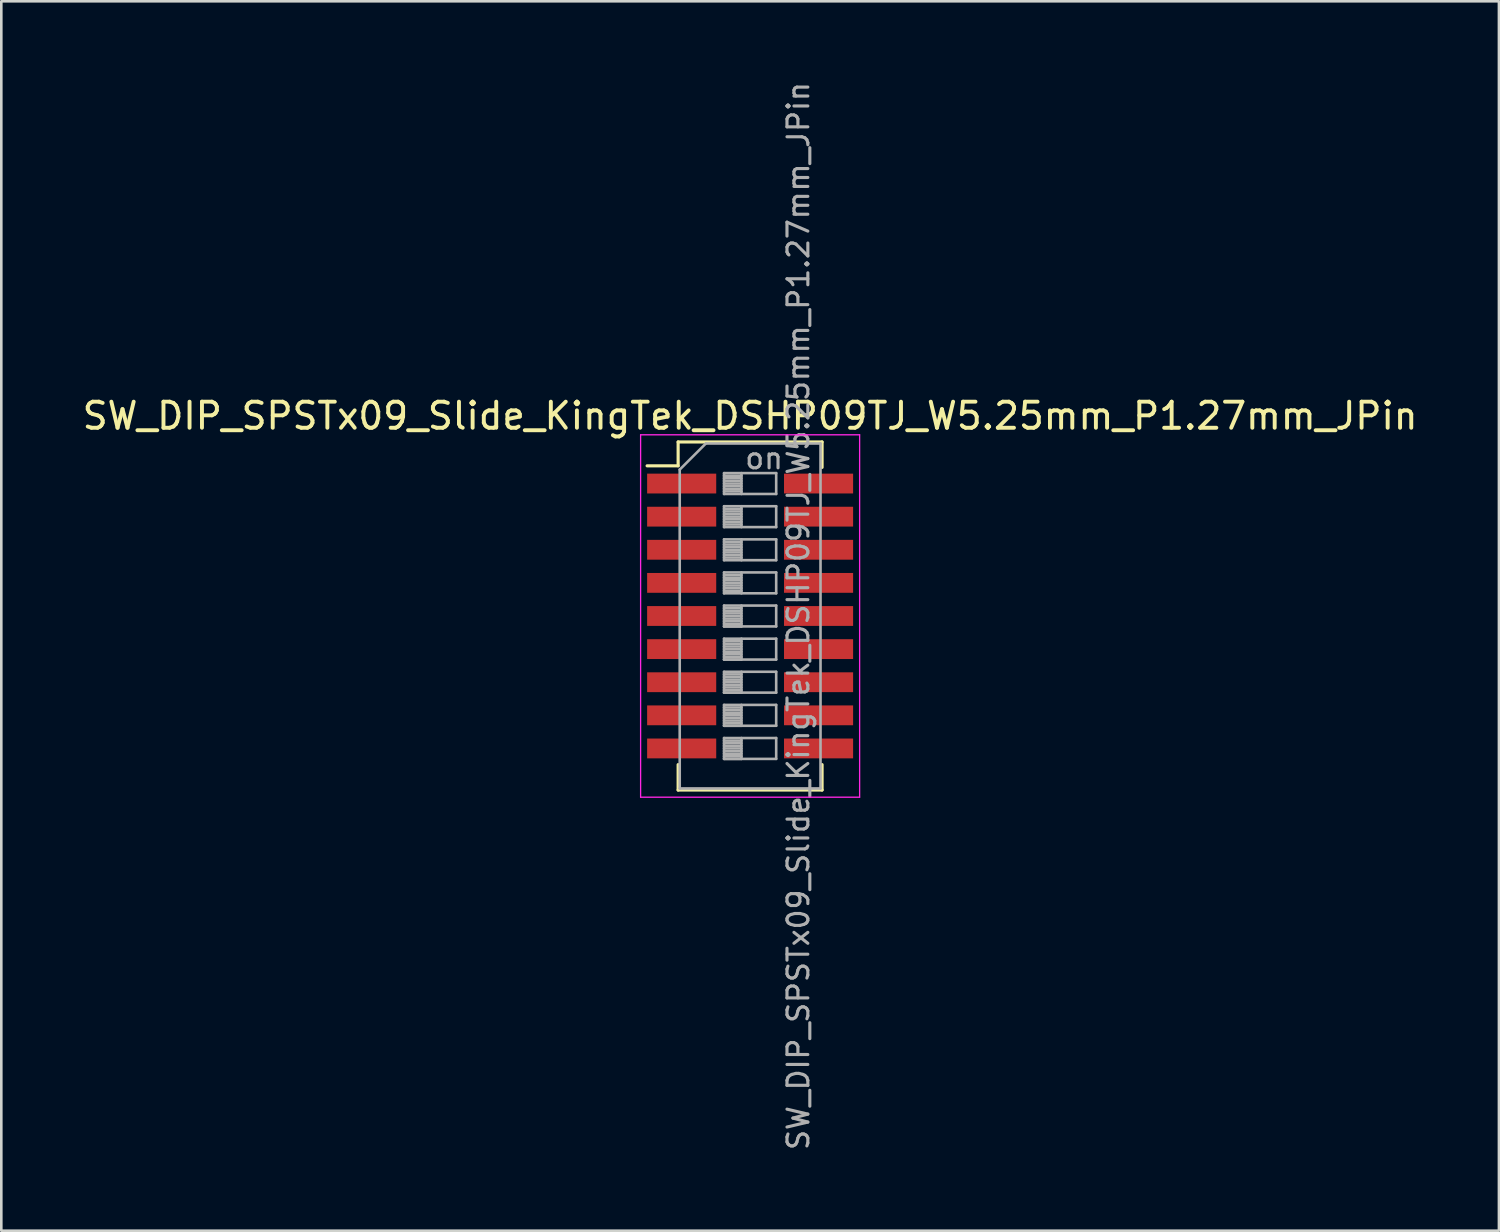
<source format=kicad_pcb>
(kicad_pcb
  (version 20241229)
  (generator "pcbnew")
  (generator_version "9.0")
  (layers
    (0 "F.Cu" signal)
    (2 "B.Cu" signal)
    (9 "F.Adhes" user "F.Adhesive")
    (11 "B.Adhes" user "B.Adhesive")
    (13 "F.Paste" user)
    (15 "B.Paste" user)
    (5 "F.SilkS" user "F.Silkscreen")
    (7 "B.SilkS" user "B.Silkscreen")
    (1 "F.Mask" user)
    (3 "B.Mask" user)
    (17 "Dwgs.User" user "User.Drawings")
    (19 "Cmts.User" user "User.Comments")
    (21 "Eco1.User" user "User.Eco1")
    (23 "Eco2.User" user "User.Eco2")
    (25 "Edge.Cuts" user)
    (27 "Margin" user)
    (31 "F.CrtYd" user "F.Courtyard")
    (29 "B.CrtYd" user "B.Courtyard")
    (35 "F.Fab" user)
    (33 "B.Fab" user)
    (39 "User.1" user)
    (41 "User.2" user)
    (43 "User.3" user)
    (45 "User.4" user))
  (footprint "SW_DIP_SPSTx09_Slide_KingTek_DSHP09TJ_W5.25mm_P1.27mm_JPin"
    (layer "F.Cu")
    (at 25.72 20.576)
    (property "Reference" "SW_DIP_SPSTx09_Slide_KingTek_DSHP09TJ_W5.25mm_P1.27mm_JPin" (at 0 -7.675 0) (layer "F.SilkS") (effects (font (size 1 1) (thickness 0.15))))
    (attr smd)
    (fp_line (start -3.951 -5.76) (end -2.761 -5.76) (stroke (width 0.12) (type solid)) (layer "F.SilkS"))
    (fp_line (start -2.761 -6.675) (end -2.761 -5.76) (stroke (width 0.12) (type solid)) (layer "F.SilkS"))
    (fp_line (start -2.761 -6.675) (end 2.76 -6.675) (stroke (width 0.12) (type solid)) (layer "F.SilkS"))
    (fp_line (start -2.761 5.7) (end -2.761 6.675) (stroke (width 0.12) (type solid)) (layer "F.SilkS"))
    (fp_line (start -2.761 6.675) (end 2.76 6.675) (stroke (width 0.12) (type solid)) (layer "F.SilkS"))
    (fp_line (start 2.76 -6.675) (end 2.76 -5.7) (stroke (width 0.12) (type solid)) (layer "F.SilkS"))
    (fp_line (start 2.76 5.7) (end 2.76 6.675) (stroke (width 0.12) (type solid)) (layer "F.SilkS"))
    (fp_line (start -4.2 -6.95) (end -4.2 6.95) (stroke (width 0.05) (type solid)) (layer "F.CrtYd"))
    (fp_line (start -4.2 6.95) (end 4.2 6.95) (stroke (width 0.05) (type solid)) (layer "F.CrtYd"))
    (fp_line (start 4.2 -6.95) (end -4.2 -6.95) (stroke (width 0.05) (type solid)) (layer "F.CrtYd"))
    (fp_line (start 4.2 6.95) (end 4.2 -6.95) (stroke (width 0.05) (type solid)) (layer "F.CrtYd"))
    (fp_line (start -2.7 -5.615) (end -1.7 -6.615) (stroke (width 0.1) (type solid)) (layer "F.Fab"))
    (fp_line (start -2.7 6.615) (end -2.7 -5.615) (stroke (width 0.1) (type solid)) (layer "F.Fab"))
    (fp_line (start -1.7 -6.615) (end 2.7 -6.615) (stroke (width 0.1) (type solid)) (layer "F.Fab"))
    (fp_line (start -1 -5.48) (end -1 -4.68) (stroke (width 0.1) (type solid)) (layer "F.Fab"))
    (fp_line (start -1 -5.38) (end -0.333 -5.38) (stroke (width 0.1) (type solid)) (layer "F.Fab"))
    (fp_line (start -1 -5.28) (end -0.333 -5.28) (stroke (width 0.1) (type solid)) (layer "F.Fab"))
    (fp_line (start -1 -5.18) (end -0.333 -5.18) (stroke (width 0.1) (type solid)) (layer "F.Fab"))
    (fp_line (start -1 -5.08) (end -0.333 -5.08) (stroke (width 0.1) (type solid)) (layer "F.Fab"))
    (fp_line (start -1 -4.98) (end -0.333 -4.98) (stroke (width 0.1) (type solid)) (layer "F.Fab"))
    (fp_line (start -1 -4.88) (end -0.333 -4.88) (stroke (width 0.1) (type solid)) (layer "F.Fab"))
    (fp_line (start -1 -4.78) (end -0.333 -4.78) (stroke (width 0.1) (type solid)) (layer "F.Fab"))
    (fp_line (start -1 -4.68) (end 1 -4.68) (stroke (width 0.1) (type solid)) (layer "F.Fab"))
    (fp_line (start -1 -4.21) (end -1 -3.41) (stroke (width 0.1) (type solid)) (layer "F.Fab"))
    (fp_line (start -1 -4.11) (end -0.333 -4.11) (stroke (width 0.1) (type solid)) (layer "F.Fab"))
    (fp_line (start -1 -4.01) (end -0.333 -4.01) (stroke (width 0.1) (type solid)) (layer "F.Fab"))
    (fp_line (start -1 -3.91) (end -0.333 -3.91) (stroke (width 0.1) (type solid)) (layer "F.Fab"))
    (fp_line (start -1 -3.81) (end -0.333 -3.81) (stroke (width 0.1) (type solid)) (layer "F.Fab"))
    (fp_line (start -1 -3.71) (end -0.333 -3.71) (stroke (width 0.1) (type solid)) (layer "F.Fab"))
    (fp_line (start -1 -3.61) (end -0.333 -3.61) (stroke (width 0.1) (type solid)) (layer "F.Fab"))
    (fp_line (start -1 -3.51) (end -0.333 -3.51) (stroke (width 0.1) (type solid)) (layer "F.Fab"))
    (fp_line (start -1 -3.41) (end 1 -3.41) (stroke (width 0.1) (type solid)) (layer "F.Fab"))
    (fp_line (start -1 -2.94) (end -1 -2.14) (stroke (width 0.1) (type solid)) (layer "F.Fab"))
    (fp_line (start -1 -2.84) (end -0.333 -2.84) (stroke (width 0.1) (type solid)) (layer "F.Fab"))
    (fp_line (start -1 -2.74) (end -0.333 -2.74) (stroke (width 0.1) (type solid)) (layer "F.Fab"))
    (fp_line (start -1 -2.64) (end -0.333 -2.64) (stroke (width 0.1) (type solid)) (layer "F.Fab"))
    (fp_line (start -1 -2.54) (end -0.333 -2.54) (stroke (width 0.1) (type solid)) (layer "F.Fab"))
    (fp_line (start -1 -2.44) (end -0.333 -2.44) (stroke (width 0.1) (type solid)) (layer "F.Fab"))
    (fp_line (start -1 -2.34) (end -0.333 -2.34) (stroke (width 0.1) (type solid)) (layer "F.Fab"))
    (fp_line (start -1 -2.24) (end -0.333 -2.24) (stroke (width 0.1) (type solid)) (layer "F.Fab"))
    (fp_line (start -1 -2.14) (end 1 -2.14) (stroke (width 0.1) (type solid)) (layer "F.Fab"))
    (fp_line (start -1 -1.67) (end -1 -0.87) (stroke (width 0.1) (type solid)) (layer "F.Fab"))
    (fp_line (start -1 -1.57) (end -0.333 -1.57) (stroke (width 0.1) (type solid)) (layer "F.Fab"))
    (fp_line (start -1 -1.47) (end -0.333 -1.47) (stroke (width 0.1) (type solid)) (layer "F.Fab"))
    (fp_line (start -1 -1.37) (end -0.333 -1.37) (stroke (width 0.1) (type solid)) (layer "F.Fab"))
    (fp_line (start -1 -1.27) (end -0.333 -1.27) (stroke (width 0.1) (type solid)) (layer "F.Fab"))
    (fp_line (start -1 -1.17) (end -0.333 -1.17) (stroke (width 0.1) (type solid)) (layer "F.Fab"))
    (fp_line (start -1 -1.07) (end -0.333 -1.07) (stroke (width 0.1) (type solid)) (layer "F.Fab"))
    (fp_line (start -1 -0.97) (end -0.333 -0.97) (stroke (width 0.1) (type solid)) (layer "F.Fab"))
    (fp_line (start -1 -0.87) (end 1 -0.87) (stroke (width 0.1) (type solid)) (layer "F.Fab"))
    (fp_line (start -1 -0.4) (end -1 0.4) (stroke (width 0.1) (type solid)) (layer "F.Fab"))
    (fp_line (start -1 -0.3) (end -0.333 -0.3) (stroke (width 0.1) (type solid)) (layer "F.Fab"))
    (fp_line (start -1 -0.2) (end -0.333 -0.2) (stroke (width 0.1) (type solid)) (layer "F.Fab"))
    (fp_line (start -1 -0.1) (end -0.333 -0.1) (stroke (width 0.1) (type solid)) (layer "F.Fab"))
    (fp_line (start -1 0) (end -0.333 0) (stroke (width 0.1) (type solid)) (layer "F.Fab"))
    (fp_line (start -1 0.1) (end -0.333 0.1) (stroke (width 0.1) (type solid)) (layer "F.Fab"))
    (fp_line (start -1 0.2) (end -0.333 0.2) (stroke (width 0.1) (type solid)) (layer "F.Fab"))
    (fp_line (start -1 0.3) (end -0.333 0.3) (stroke (width 0.1) (type solid)) (layer "F.Fab"))
    (fp_line (start -1 0.4) (end -0.333 0.4) (stroke (width 0.1) (type solid)) (layer "F.Fab"))
    (fp_line (start -1 0.4) (end 1 0.4) (stroke (width 0.1) (type solid)) (layer "F.Fab"))
    (fp_line (start -1 0.87) (end -1 1.67) (stroke (width 0.1) (type solid)) (layer "F.Fab"))
    (fp_line (start -1 0.97) (end -0.333 0.97) (stroke (width 0.1) (type solid)) (layer "F.Fab"))
    (fp_line (start -1 1.07) (end -0.333 1.07) (stroke (width 0.1) (type solid)) (layer "F.Fab"))
    (fp_line (start -1 1.17) (end -0.333 1.17) (stroke (width 0.1) (type solid)) (layer "F.Fab"))
    (fp_line (start -1 1.27) (end -0.333 1.27) (stroke (width 0.1) (type solid)) (layer "F.Fab"))
    (fp_line (start -1 1.37) (end -0.333 1.37) (stroke (width 0.1) (type solid)) (layer "F.Fab"))
    (fp_line (start -1 1.47) (end -0.333 1.47) (stroke (width 0.1) (type solid)) (layer "F.Fab"))
    (fp_line (start -1 1.57) (end -0.333 1.57) (stroke (width 0.1) (type solid)) (layer "F.Fab"))
    (fp_line (start -1 1.67) (end -0.333 1.67) (stroke (width 0.1) (type solid)) (layer "F.Fab"))
    (fp_line (start -1 1.67) (end 1 1.67) (stroke (width 0.1) (type solid)) (layer "F.Fab"))
    (fp_line (start -1 2.14) (end -1 2.94) (stroke (width 0.1) (type solid)) (layer "F.Fab"))
    (fp_line (start -1 2.24) (end -0.333 2.24) (stroke (width 0.1) (type solid)) (layer "F.Fab"))
    (fp_line (start -1 2.34) (end -0.333 2.34) (stroke (width 0.1) (type solid)) (layer "F.Fab"))
    (fp_line (start -1 2.44) (end -0.333 2.44) (stroke (width 0.1) (type solid)) (layer "F.Fab"))
    (fp_line (start -1 2.54) (end -0.333 2.54) (stroke (width 0.1) (type solid)) (layer "F.Fab"))
    (fp_line (start -1 2.64) (end -0.333 2.64) (stroke (width 0.1) (type solid)) (layer "F.Fab"))
    (fp_line (start -1 2.74) (end -0.333 2.74) (stroke (width 0.1) (type solid)) (layer "F.Fab"))
    (fp_line (start -1 2.84) (end -0.333 2.84) (stroke (width 0.1) (type solid)) (layer "F.Fab"))
    (fp_line (start -1 2.94) (end -0.333 2.94) (stroke (width 0.1) (type solid)) (layer "F.Fab"))
    (fp_line (start -1 2.94) (end 1 2.94) (stroke (width 0.1) (type solid)) (layer "F.Fab"))
    (fp_line (start -1 3.41) (end -1 4.21) (stroke (width 0.1) (type solid)) (layer "F.Fab"))
    (fp_line (start -1 3.51) (end -0.333 3.51) (stroke (width 0.1) (type solid)) (layer "F.Fab"))
    (fp_line (start -1 3.61) (end -0.333 3.61) (stroke (width 0.1) (type solid)) (layer "F.Fab"))
    (fp_line (start -1 3.71) (end -0.333 3.71) (stroke (width 0.1) (type solid)) (layer "F.Fab"))
    (fp_line (start -1 3.81) (end -0.333 3.81) (stroke (width 0.1) (type solid)) (layer "F.Fab"))
    (fp_line (start -1 3.91) (end -0.333 3.91) (stroke (width 0.1) (type solid)) (layer "F.Fab"))
    (fp_line (start -1 4.01) (end -0.333 4.01) (stroke (width 0.1) (type solid)) (layer "F.Fab"))
    (fp_line (start -1 4.11) (end -0.333 4.11) (stroke (width 0.1) (type solid)) (layer "F.Fab"))
    (fp_line (start -1 4.21) (end -0.333 4.21) (stroke (width 0.1) (type solid)) (layer "F.Fab"))
    (fp_line (start -1 4.21) (end 1 4.21) (stroke (width 0.1) (type solid)) (layer "F.Fab"))
    (fp_line (start -1 4.68) (end -1 5.48) (stroke (width 0.1) (type solid)) (layer "F.Fab"))
    (fp_line (start -1 4.78) (end -0.333 4.78) (stroke (width 0.1) (type solid)) (layer "F.Fab"))
    (fp_line (start -1 4.88) (end -0.333 4.88) (stroke (width 0.1) (type solid)) (layer "F.Fab"))
    (fp_line (start -1 4.98) (end -0.333 4.98) (stroke (width 0.1) (type solid)) (layer "F.Fab"))
    (fp_line (start -1 5.08) (end -0.333 5.08) (stroke (width 0.1) (type solid)) (layer "F.Fab"))
    (fp_line (start -1 5.18) (end -0.333 5.18) (stroke (width 0.1) (type solid)) (layer "F.Fab"))
    (fp_line (start -1 5.28) (end -0.333 5.28) (stroke (width 0.1) (type solid)) (layer "F.Fab"))
    (fp_line (start -1 5.38) (end -0.333 5.38) (stroke (width 0.1) (type solid)) (layer "F.Fab"))
    (fp_line (start -1 5.48) (end -0.333 5.48) (stroke (width 0.1) (type solid)) (layer "F.Fab"))
    (fp_line (start -1 5.48) (end 1 5.48) (stroke (width 0.1) (type solid)) (layer "F.Fab"))
    (fp_line (start -0.333 -5.48) (end -0.333 -4.68) (stroke (width 0.1) (type solid)) (layer "F.Fab"))
    (fp_line (start -0.333 -4.21) (end -0.333 -3.41) (stroke (width 0.1) (type solid)) (layer "F.Fab"))
    (fp_line (start -0.333 -2.94) (end -0.333 -2.14) (stroke (width 0.1) (type solid)) (layer "F.Fab"))
    (fp_line (start -0.333 -1.67) (end -0.333 -0.87) (stroke (width 0.1) (type solid)) (layer "F.Fab"))
    (fp_line (start -0.333 -0.4) (end -0.333 0.4) (stroke (width 0.1) (type solid)) (layer "F.Fab"))
    (fp_line (start -0.333 0.87) (end -0.333 1.67) (stroke (width 0.1) (type solid)) (layer "F.Fab"))
    (fp_line (start -0.333 2.14) (end -0.333 2.94) (stroke (width 0.1) (type solid)) (layer "F.Fab"))
    (fp_line (start -0.333 3.41) (end -0.333 4.21) (stroke (width 0.1) (type solid)) (layer "F.Fab"))
    (fp_line (start -0.333 4.68) (end -0.333 5.48) (stroke (width 0.1) (type solid)) (layer "F.Fab"))
    (fp_line (start 1 -5.48) (end -1 -5.48) (stroke (width 0.1) (type solid)) (layer "F.Fab"))
    (fp_line (start 1 -4.68) (end 1 -5.48) (stroke (width 0.1) (type solid)) (layer "F.Fab"))
    (fp_line (start 1 -4.21) (end -1 -4.21) (stroke (width 0.1) (type solid)) (layer "F.Fab"))
    (fp_line (start 1 -3.41) (end 1 -4.21) (stroke (width 0.1) (type solid)) (layer "F.Fab"))
    (fp_line (start 1 -2.94) (end -1 -2.94) (stroke (width 0.1) (type solid)) (layer "F.Fab"))
    (fp_line (start 1 -2.14) (end 1 -2.94) (stroke (width 0.1) (type solid)) (layer "F.Fab"))
    (fp_line (start 1 -1.67) (end -1 -1.67) (stroke (width 0.1) (type solid)) (layer "F.Fab"))
    (fp_line (start 1 -0.87) (end 1 -1.67) (stroke (width 0.1) (type solid)) (layer "F.Fab"))
    (fp_line (start 1 -0.4) (end -1 -0.4) (stroke (width 0.1) (type solid)) (layer "F.Fab"))
    (fp_line (start 1 0.4) (end 1 -0.4) (stroke (width 0.1) (type solid)) (layer "F.Fab"))
    (fp_line (start 1 0.87) (end -1 0.87) (stroke (width 0.1) (type solid)) (layer "F.Fab"))
    (fp_line (start 1 1.67) (end 1 0.87) (stroke (width 0.1) (type solid)) (layer "F.Fab"))
    (fp_line (start 1 2.14) (end -1 2.14) (stroke (width 0.1) (type solid)) (layer "F.Fab"))
    (fp_line (start 1 2.94) (end 1 2.14) (stroke (width 0.1) (type solid)) (layer "F.Fab"))
    (fp_line (start 1 3.41) (end -1 3.41) (stroke (width 0.1) (type solid)) (layer "F.Fab"))
    (fp_line (start 1 4.21) (end 1 3.41) (stroke (width 0.1) (type solid)) (layer "F.Fab"))
    (fp_line (start 1 4.68) (end -1 4.68) (stroke (width 0.1) (type solid)) (layer "F.Fab"))
    (fp_line (start 1 5.48) (end 1 4.68) (stroke (width 0.1) (type solid)) (layer "F.Fab"))
    (fp_line (start 2.7 -6.615) (end 2.7 6.615) (stroke (width 0.1) (type solid)) (layer "F.Fab"))
    (fp_line (start 2.7 6.615) (end -2.7 6.615) (stroke (width 0.1) (type solid)) (layer "F.Fab"))
    (fp_text user "${REFERENCE}" (at 1.85 0 90) (layer "F.Fab") (effects (font (size 0.8 0.8) (thickness 0.12))))
    (fp_text user "on" (at 0.537 -6.048 0) (layer "F.Fab") (effects (font (size 0.8 0.8) (thickness 0.12))))
    (pad "1" smd rect (at -2.625 -5.08) (size 2.65 0.76) (layers "F.Cu" "F.Mask" "F.Paste"))
    (pad "2" smd rect (at -2.625 -3.81) (size 2.65 0.76) (layers "F.Cu" "F.Mask" "F.Paste"))
    (pad "3" smd rect (at -2.625 -2.54) (size 2.65 0.76) (layers "F.Cu" "F.Mask" "F.Paste"))
    (pad "4" smd rect (at -2.625 -1.27) (size 2.65 0.76) (layers "F.Cu" "F.Mask" "F.Paste"))
    (pad "5" smd rect (at -2.625 0) (size 2.65 0.76) (layers "F.Cu" "F.Mask" "F.Paste"))
    (pad "6" smd rect (at -2.625 1.27) (size 2.65 0.76) (layers "F.Cu" "F.Mask" "F.Paste"))
    (pad "7" smd rect (at -2.625 2.54) (size 2.65 0.76) (layers "F.Cu" "F.Mask" "F.Paste"))
    (pad "8" smd rect (at -2.625 3.81) (size 2.65 0.76) (layers "F.Cu" "F.Mask" "F.Paste"))
    (pad "9" smd rect (at -2.625 5.08) (size 2.65 0.76) (layers "F.Cu" "F.Mask" "F.Paste"))
    (pad "10" smd rect (at 2.625 5.08) (size 2.65 0.76) (layers "F.Cu" "F.Mask" "F.Paste"))
    (pad "11" smd rect (at 2.625 3.81) (size 2.65 0.76) (layers "F.Cu" "F.Mask" "F.Paste"))
    (pad "12" smd rect (at 2.625 2.54) (size 2.65 0.76) (layers "F.Cu" "F.Mask" "F.Paste"))
    (pad "13" smd rect (at 2.625 1.27) (size 2.65 0.76) (layers "F.Cu" "F.Mask" "F.Paste"))
    (pad "14" smd rect (at 2.625 0) (size 2.65 0.76) (layers "F.Cu" "F.Mask" "F.Paste"))
    (pad "15" smd rect (at 2.625 -1.27) (size 2.65 0.76) (layers "F.Cu" "F.Mask" "F.Paste"))
    (pad "16" smd rect (at 2.625 -2.54) (size 2.65 0.76) (layers "F.Cu" "F.Mask" "F.Paste"))
    (pad "17" smd rect (at 2.625 -3.81) (size 2.65 0.76) (layers "F.Cu" "F.Mask" "F.Paste"))
    (pad "18" smd rect (at 2.625 -5.08) (size 2.65 0.76) (layers "F.Cu" "F.Mask" "F.Paste")))
  (gr_rect
    (start -3 -3)
    (end 54.44 44.152)
    (stroke (width 0.1) (type default))
    (fill no)
    (layer "Edge.Cuts")))
</source>
